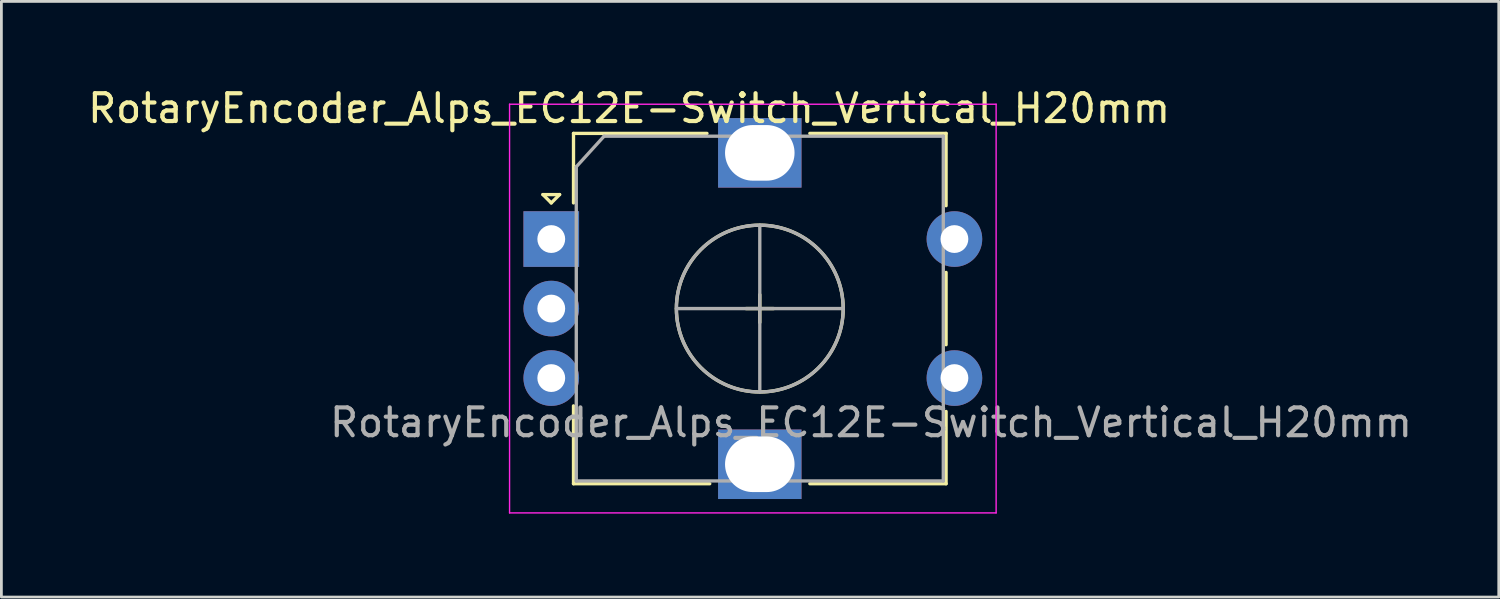
<source format=kicad_pcb>
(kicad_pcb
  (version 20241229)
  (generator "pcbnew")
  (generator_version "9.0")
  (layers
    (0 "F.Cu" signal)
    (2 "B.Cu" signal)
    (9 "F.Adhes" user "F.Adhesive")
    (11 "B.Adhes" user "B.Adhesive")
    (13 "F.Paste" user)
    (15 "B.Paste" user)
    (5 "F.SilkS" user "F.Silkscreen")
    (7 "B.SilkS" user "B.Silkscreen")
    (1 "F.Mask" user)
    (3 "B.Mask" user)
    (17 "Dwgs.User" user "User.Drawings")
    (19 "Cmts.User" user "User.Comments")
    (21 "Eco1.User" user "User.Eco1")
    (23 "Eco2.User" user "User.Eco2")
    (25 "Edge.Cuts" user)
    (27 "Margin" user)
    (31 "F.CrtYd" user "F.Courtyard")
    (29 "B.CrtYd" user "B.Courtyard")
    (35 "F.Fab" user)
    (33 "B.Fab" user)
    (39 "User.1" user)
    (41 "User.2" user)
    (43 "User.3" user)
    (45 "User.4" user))
  (footprint "RotaryEncoder_Alps_EC12E-Switch_Vertical_H20mm"
    (layer "F.Cu")
    (at 16.777 5.548)
    (property "Reference" "RotaryEncoder_Alps_EC12E-Switch_Vertical_H20mm" (at 2.8 -4.7 0) (layer "F.SilkS") (effects (font (size 1 1) (thickness 0.15))))
    (attr through_hole)
    (fp_line (start -0.3 -1.6) (end 0.3 -1.6) (stroke (width 0.12) (type solid)) (layer "F.SilkS"))
    (fp_line (start 0 -1.3) (end -0.3 -1.6) (stroke (width 0.12) (type solid)) (layer "F.SilkS"))
    (fp_line (start 0.3 -1.6) (end 0 -1.3) (stroke (width 0.12) (type solid)) (layer "F.SilkS"))
    (fp_line (start 0.8 -3.8) (end 0.8 -1.3) (stroke (width 0.12) (type solid)) (layer "F.SilkS"))
    (fp_line (start 0.8 8.8) (end 0.8 6) (stroke (width 0.12) (type solid)) (layer "F.SilkS"))
    (fp_line (start 5.6 -3.8) (end 0.8 -3.8) (stroke (width 0.12) (type solid)) (layer "F.SilkS"))
    (fp_line (start 5.7 8.8) (end 0.8 8.8) (stroke (width 0.12) (type solid)) (layer "F.SilkS"))
    (fp_line (start 7 2.5) (end 8 2.5) (stroke (width 0.12) (type solid)) (layer "F.SilkS"))
    (fp_line (start 7.5 2) (end 7.5 3) (stroke (width 0.12) (type solid)) (layer "F.SilkS"))
    (fp_line (start 9.3 -3.8) (end 14.2 -3.8) (stroke (width 0.12) (type solid)) (layer "F.SilkS"))
    (fp_line (start 14.2 -3.8) (end 14.2 -1.2) (stroke (width 0.12) (type solid)) (layer "F.SilkS"))
    (fp_line (start 14.2 1.2) (end 14.2 3.8) (stroke (width 0.12) (type solid)) (layer "F.SilkS"))
    (fp_line (start 14.2 6.2) (end 14.2 8.8) (stroke (width 0.12) (type solid)) (layer "F.SilkS"))
    (fp_line (start 14.2 8.8) (end 9.3 8.8) (stroke (width 0.12) (type solid)) (layer "F.SilkS"))
    (fp_circle (center 7.5 2.5) (end 10.5 2.5) (stroke (width 0.12) (type solid)) (fill no) (layer "F.SilkS"))
    (fp_line (start -1.5 -4.85) (end -1.5 9.85) (stroke (width 0.05) (type solid)) (layer "F.CrtYd"))
    (fp_line (start -1.5 -4.85) (end 16 -4.85) (stroke (width 0.05) (type solid)) (layer "F.CrtYd"))
    (fp_line (start 16 9.85) (end -1.5 9.85) (stroke (width 0.05) (type solid)) (layer "F.CrtYd"))
    (fp_line (start 16 9.85) (end 16 -4.85) (stroke (width 0.05) (type solid)) (layer "F.CrtYd"))
    (fp_line (start 0.9 -2.6) (end 1.9 -3.7) (stroke (width 0.12) (type solid)) (layer "F.Fab"))
    (fp_line (start 0.9 8.7) (end 0.9 -2.6) (stroke (width 0.12) (type solid)) (layer "F.Fab"))
    (fp_line (start 1.9 -3.7) (end 14.1 -3.7) (stroke (width 0.12) (type solid)) (layer "F.Fab"))
    (fp_line (start 4.5 2.5) (end 10.5 2.5) (stroke (width 0.12) (type solid)) (layer "F.Fab"))
    (fp_line (start 7.5 -0.5) (end 7.5 5.5) (stroke (width 0.12) (type solid)) (layer "F.Fab"))
    (fp_line (start 14.1 -3.7) (end 14.1 8.7) (stroke (width 0.12) (type solid)) (layer "F.Fab"))
    (fp_line (start 14.1 8.7) (end 0.9 8.7) (stroke (width 0.12) (type solid)) (layer "F.Fab"))
    (fp_circle (center 7.5 2.5) (end 10.5 2.5) (stroke (width 0.12) (type solid)) (fill no) (layer "F.Fab"))
    (fp_text user "${REFERENCE}" (at 11.5 6.6 0) (layer "F.Fab") (effects (font (size 1 1) (thickness 0.15))))
    (pad "A" thru_hole rect (at 0 0) (size 2 2) (drill 1) (layers "*.Cu" "*.Mask"))
    (pad "B" thru_hole circle (at 0 5) (size 2 2) (drill 1) (layers "*.Cu" "*.Mask"))
    (pad "C" thru_hole circle (at 0 2.5) (size 2 2) (drill 1) (layers "*.Cu" "*.Mask"))
    (pad "MP" thru_hole rect (at 7.5 -3.1) (size 3 2.5) (drill oval 2.5 2) (layers "*.Cu" "*.Mask"))
    (pad "MP" thru_hole rect (at 7.5 8.1) (size 3 2.5) (drill oval 2.5 2) (layers "*.Cu" "*.Mask"))
    (pad "S1" thru_hole circle (at 14.5 0) (size 2 2) (drill 1) (layers "*.Cu" "*.Mask"))
    (pad "S2" thru_hole circle (at 14.5 5) (size 2 2) (drill 1) (layers "*.Cu" "*.Mask")))
  (gr_rect
    (start -3 -3)
    (end 50.855 18.423)
    (stroke (width 0.1) (type default))
    (fill no)
    (layer "Edge.Cuts")))
</source>
